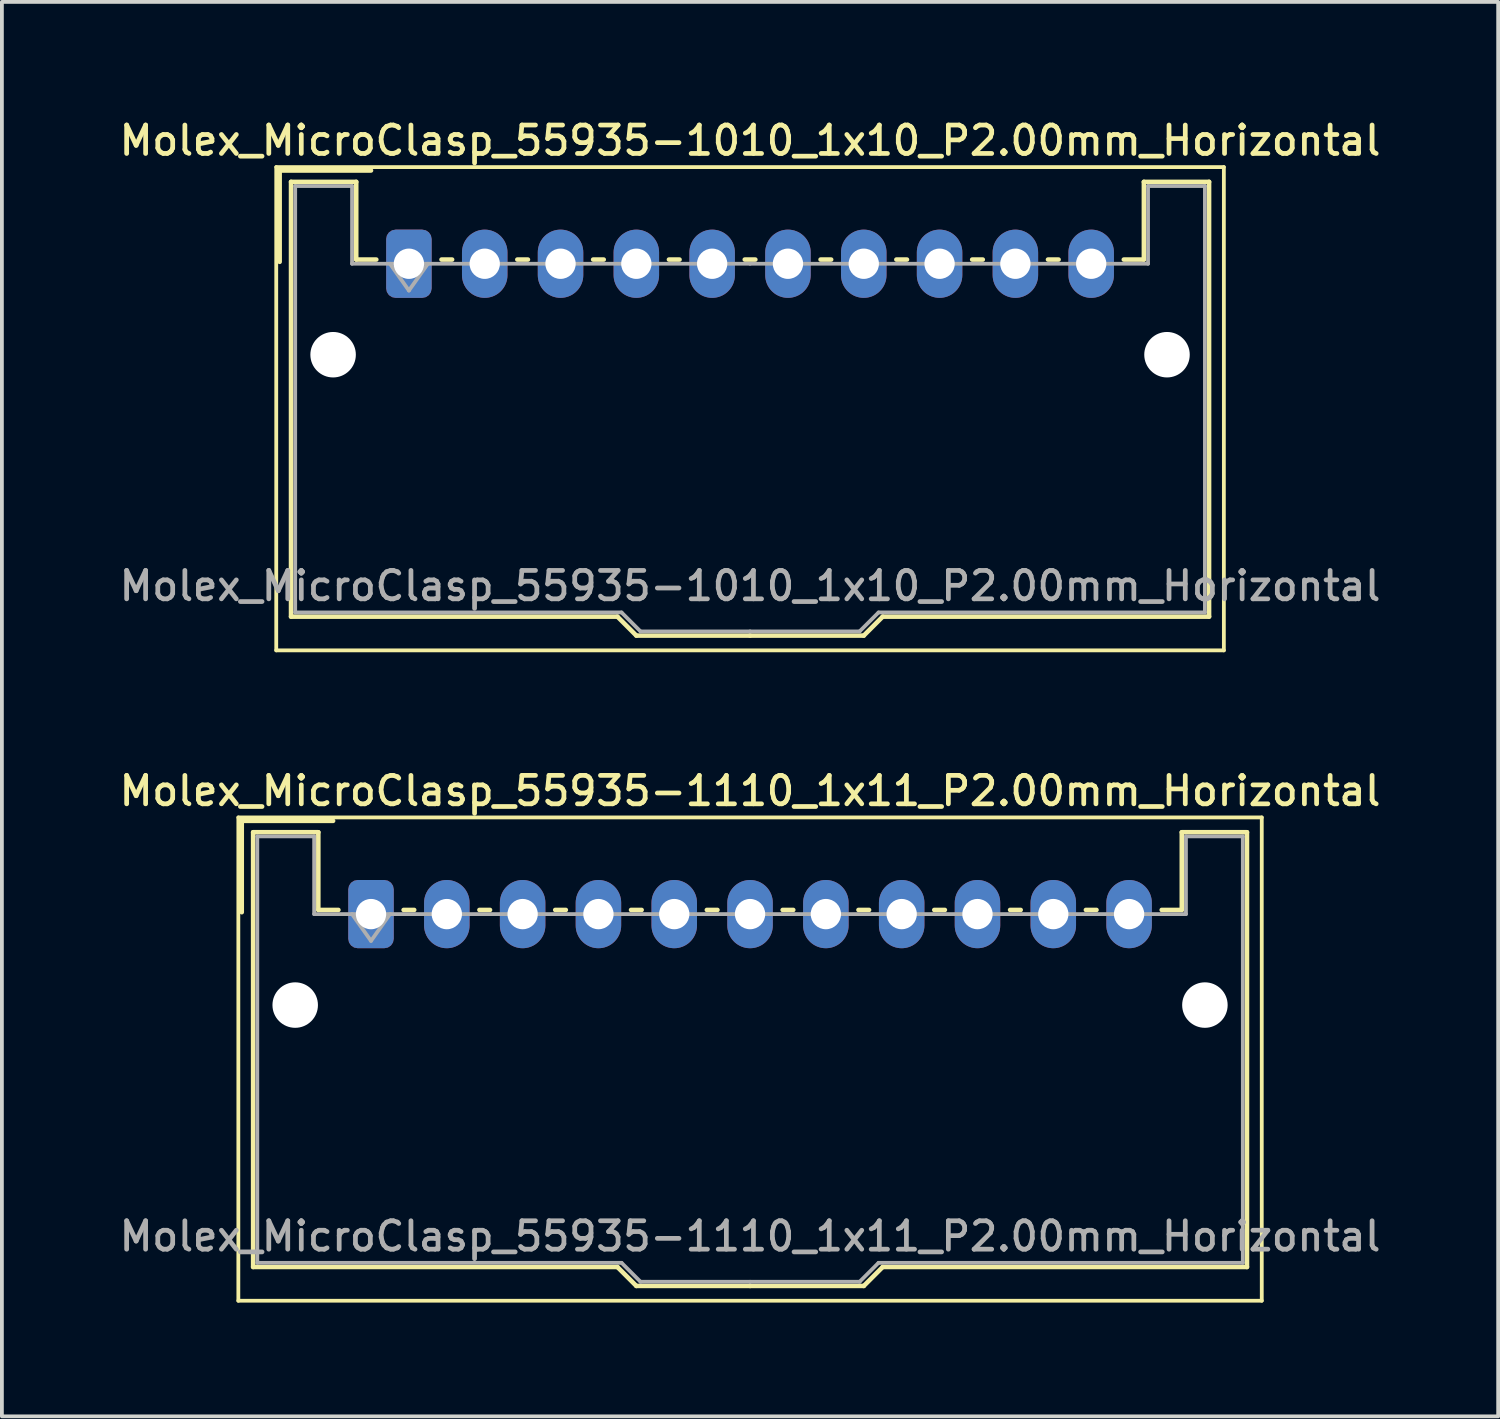
<source format=kicad_pcb>
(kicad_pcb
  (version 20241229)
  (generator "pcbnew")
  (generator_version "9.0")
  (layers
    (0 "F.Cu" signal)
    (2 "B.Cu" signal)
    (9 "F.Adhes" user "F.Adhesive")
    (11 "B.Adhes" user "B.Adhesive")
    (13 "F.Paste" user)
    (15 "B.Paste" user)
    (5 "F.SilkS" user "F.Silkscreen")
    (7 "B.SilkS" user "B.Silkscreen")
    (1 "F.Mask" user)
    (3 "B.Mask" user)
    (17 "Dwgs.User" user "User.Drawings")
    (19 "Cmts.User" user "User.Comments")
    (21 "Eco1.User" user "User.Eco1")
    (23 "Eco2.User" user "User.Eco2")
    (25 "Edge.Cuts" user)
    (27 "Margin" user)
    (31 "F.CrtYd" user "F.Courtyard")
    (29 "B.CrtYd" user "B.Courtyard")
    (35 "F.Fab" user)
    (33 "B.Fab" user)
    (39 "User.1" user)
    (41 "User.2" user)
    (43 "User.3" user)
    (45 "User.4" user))
  (footprint "Molex_MicroClasp_55935-1010_1x10_P2.00mm_Horizontal"
    (layer "F.Cu")
    (at 7.738 3.908)
    (property "Reference" "Molex_MicroClasp_55935-1010_1x10_P2.00mm_Horizontal" (at 9 -3.25 0) (layer "F.SilkS") (effects (font (size 0.75 0.75) (thickness 0.125))))
    (attr through_hole)
    (fp_line (start -3.5 -2.55) (end -3.5 10.2) (stroke (width 0.1) (type solid)) (layer "F.SilkS"))
    (fp_line (start -3.5 10.2) (end 21.5 10.2) (stroke (width 0.1) (type solid)) (layer "F.SilkS"))
    (fp_line (start -3.41 -2.46) (end -1 -2.46) (stroke (width 0.12) (type solid)) (layer "F.SilkS"))
    (fp_line (start -3.41 -0.05) (end -3.41 -2.46) (stroke (width 0.12) (type solid)) (layer "F.SilkS"))
    (fp_line (start -3.11 -2.16) (end -1.39 -2.16) (stroke (width 0.12) (type solid)) (layer "F.SilkS"))
    (fp_line (start -3.11 9.31) (end -3.11 -2.16) (stroke (width 0.12) (type solid)) (layer "F.SilkS"))
    (fp_line (start -1.39 -2.16) (end -1.39 -0.11) (stroke (width 0.12) (type solid)) (layer "F.SilkS"))
    (fp_line (start -1.39 -0.11) (end -0.86 -0.11) (stroke (width 0.12) (type solid)) (layer "F.SilkS"))
    (fp_line (start 0.86 -0.11) (end 1.14 -0.11) (stroke (width 0.12) (type solid)) (layer "F.SilkS"))
    (fp_line (start 2.86 -0.11) (end 3.14 -0.11) (stroke (width 0.12) (type solid)) (layer "F.SilkS"))
    (fp_line (start 4.86 -0.11) (end 5.14 -0.11) (stroke (width 0.12) (type solid)) (layer "F.SilkS"))
    (fp_line (start 5.5 9.31) (end -3.11 9.31) (stroke (width 0.12) (type solid)) (layer "F.SilkS"))
    (fp_line (start 6 9.81) (end 5.5 9.31) (stroke (width 0.12) (type solid)) (layer "F.SilkS"))
    (fp_line (start 6.86 -0.11) (end 7.14 -0.11) (stroke (width 0.12) (type solid)) (layer "F.SilkS"))
    (fp_line (start 8.86 -0.11) (end 9.14 -0.11) (stroke (width 0.12) (type solid)) (layer "F.SilkS"))
    (fp_line (start 9 9.81) (end 6 9.81) (stroke (width 0.12) (type solid)) (layer "F.SilkS"))
    (fp_line (start 9 9.81) (end 12 9.81) (stroke (width 0.12) (type solid)) (layer "F.SilkS"))
    (fp_line (start 10.86 -0.11) (end 11.14 -0.11) (stroke (width 0.12) (type solid)) (layer "F.SilkS"))
    (fp_line (start 12 9.81) (end 12.5 9.31) (stroke (width 0.12) (type solid)) (layer "F.SilkS"))
    (fp_line (start 12.5 9.31) (end 21.11 9.31) (stroke (width 0.12) (type solid)) (layer "F.SilkS"))
    (fp_line (start 12.86 -0.11) (end 13.14 -0.11) (stroke (width 0.12) (type solid)) (layer "F.SilkS"))
    (fp_line (start 14.86 -0.11) (end 15.14 -0.11) (stroke (width 0.12) (type solid)) (layer "F.SilkS"))
    (fp_line (start 16.86 -0.11) (end 17.14 -0.11) (stroke (width 0.12) (type solid)) (layer "F.SilkS"))
    (fp_line (start 19.39 -2.16) (end 19.39 -0.11) (stroke (width 0.12) (type solid)) (layer "F.SilkS"))
    (fp_line (start 19.39 -0.11) (end 18.86 -0.11) (stroke (width 0.12) (type solid)) (layer "F.SilkS"))
    (fp_line (start 21.11 -2.16) (end 19.39 -2.16) (stroke (width 0.12) (type solid)) (layer "F.SilkS"))
    (fp_line (start 21.11 9.31) (end 21.11 -2.16) (stroke (width 0.12) (type solid)) (layer "F.SilkS"))
    (fp_line (start 21.5 -2.55) (end -3.5 -2.55) (stroke (width 0.1) (type solid)) (layer "F.SilkS"))
    (fp_line (start 21.5 10.2) (end 21.5 -2.55) (stroke (width 0.1) (type solid)) (layer "F.SilkS"))
    (fp_line (start -3 -2.05) (end -1.5 -2.05) (stroke (width 0.1) (type solid)) (layer "F.Fab"))
    (fp_line (start -3 9.2) (end -3 -2.05) (stroke (width 0.1) (type solid)) (layer "F.Fab"))
    (fp_line (start -1.5 -2.05) (end -1.5 0) (stroke (width 0.1) (type solid)) (layer "F.Fab"))
    (fp_line (start -1.5 0) (end 9 0) (stroke (width 0.1) (type solid)) (layer "F.Fab"))
    (fp_line (start -0.5 0) (end 0 0.707) (stroke (width 0.1) (type solid)) (layer "F.Fab"))
    (fp_line (start 0 0.707) (end 0.5 0) (stroke (width 0.1) (type solid)) (layer "F.Fab"))
    (fp_line (start 5.61 9.2) (end -3 9.2) (stroke (width 0.1) (type solid)) (layer "F.Fab"))
    (fp_line (start 6.11 9.7) (end 5.61 9.2) (stroke (width 0.1) (type solid)) (layer "F.Fab"))
    (fp_line (start 9 9.7) (end 6.11 9.7) (stroke (width 0.1) (type solid)) (layer "F.Fab"))
    (fp_line (start 9 9.7) (end 11.89 9.7) (stroke (width 0.1) (type solid)) (layer "F.Fab"))
    (fp_line (start 11.89 9.7) (end 12.39 9.2) (stroke (width 0.1) (type solid)) (layer "F.Fab"))
    (fp_line (start 12.39 9.2) (end 21 9.2) (stroke (width 0.1) (type solid)) (layer "F.Fab"))
    (fp_line (start 19.5 -2.05) (end 19.5 0) (stroke (width 0.1) (type solid)) (layer "F.Fab"))
    (fp_line (start 19.5 0) (end 9 0) (stroke (width 0.1) (type solid)) (layer "F.Fab"))
    (fp_line (start 21 -2.05) (end 19.5 -2.05) (stroke (width 0.1) (type solid)) (layer "F.Fab"))
    (fp_line (start 21 9.2) (end 21 -2.05) (stroke (width 0.1) (type solid)) (layer "F.Fab"))
    (fp_text user "${REFERENCE}" (at 9 8.5 0) (layer "F.Fab") (effects (font (size 0.75 0.75) (thickness 0.125))))
    (pad "" np_thru_hole circle (at -2 2.4) (size 1.2 1.2) (drill 1.2) (layers "*.Cu" "*.Mask"))
    (pad "" np_thru_hole circle (at 20 2.4) (size 1.2 1.2) (drill 1.2) (layers "*.Cu" "*.Mask"))
    (pad "1" thru_hole roundrect (at 0 0) (size 1.2 1.8) (drill 0.8) (layers "*.Cu" "*.Mask") (roundrect_rratio 0.208))
    (pad "2" thru_hole oval (at 2 0) (size 1.2 1.8) (drill 0.8) (layers "*.Cu" "*.Mask"))
    (pad "3" thru_hole oval (at 4 0) (size 1.2 1.8) (drill 0.8) (layers "*.Cu" "*.Mask"))
    (pad "4" thru_hole oval (at 6 0) (size 1.2 1.8) (drill 0.8) (layers "*.Cu" "*.Mask"))
    (pad "5" thru_hole oval (at 8 0) (size 1.2 1.8) (drill 0.8) (layers "*.Cu" "*.Mask"))
    (pad "6" thru_hole oval (at 10 0) (size 1.2 1.8) (drill 0.8) (layers "*.Cu" "*.Mask"))
    (pad "7" thru_hole oval (at 12 0) (size 1.2 1.8) (drill 0.8) (layers "*.Cu" "*.Mask"))
    (pad "8" thru_hole oval (at 14 0) (size 1.2 1.8) (drill 0.8) (layers "*.Cu" "*.Mask"))
    (pad "9" thru_hole oval (at 16 0) (size 1.2 1.8) (drill 0.8) (layers "*.Cu" "*.Mask"))
    (pad "10" thru_hole oval (at 18 0) (size 1.2 1.8) (drill 0.8) (layers "*.Cu" "*.Mask")))
  (footprint "Molex_MicroClasp_55935-1110_1x11_P2.00mm_Horizontal"
    (layer "F.Cu")
    (at 6.738 21.066)
    (property "Reference" "Molex_MicroClasp_55935-1110_1x11_P2.00mm_Horizontal" (at 10 -3.25 0) (layer "F.SilkS") (effects (font (size 0.75 0.75) (thickness 0.125))))
    (attr through_hole)
    (fp_line (start -3.5 -2.55) (end -3.5 10.2) (stroke (width 0.1) (type solid)) (layer "F.SilkS"))
    (fp_line (start -3.5 10.2) (end 23.5 10.2) (stroke (width 0.1) (type solid)) (layer "F.SilkS"))
    (fp_line (start -3.41 -2.46) (end -1 -2.46) (stroke (width 0.12) (type solid)) (layer "F.SilkS"))
    (fp_line (start -3.41 -0.05) (end -3.41 -2.46) (stroke (width 0.12) (type solid)) (layer "F.SilkS"))
    (fp_line (start -3.11 -2.16) (end -1.39 -2.16) (stroke (width 0.12) (type solid)) (layer "F.SilkS"))
    (fp_line (start -3.11 9.31) (end -3.11 -2.16) (stroke (width 0.12) (type solid)) (layer "F.SilkS"))
    (fp_line (start -1.39 -2.16) (end -1.39 -0.11) (stroke (width 0.12) (type solid)) (layer "F.SilkS"))
    (fp_line (start -1.39 -0.11) (end -0.86 -0.11) (stroke (width 0.12) (type solid)) (layer "F.SilkS"))
    (fp_line (start 0.86 -0.11) (end 1.14 -0.11) (stroke (width 0.12) (type solid)) (layer "F.SilkS"))
    (fp_line (start 2.86 -0.11) (end 3.14 -0.11) (stroke (width 0.12) (type solid)) (layer "F.SilkS"))
    (fp_line (start 4.86 -0.11) (end 5.14 -0.11) (stroke (width 0.12) (type solid)) (layer "F.SilkS"))
    (fp_line (start 6.5 9.31) (end -3.11 9.31) (stroke (width 0.12) (type solid)) (layer "F.SilkS"))
    (fp_line (start 6.86 -0.11) (end 7.14 -0.11) (stroke (width 0.12) (type solid)) (layer "F.SilkS"))
    (fp_line (start 7 9.81) (end 6.5 9.31) (stroke (width 0.12) (type solid)) (layer "F.SilkS"))
    (fp_line (start 8.86 -0.11) (end 9.14 -0.11) (stroke (width 0.12) (type solid)) (layer "F.SilkS"))
    (fp_line (start 10 9.81) (end 7 9.81) (stroke (width 0.12) (type solid)) (layer "F.SilkS"))
    (fp_line (start 10 9.81) (end 13 9.81) (stroke (width 0.12) (type solid)) (layer "F.SilkS"))
    (fp_line (start 10.86 -0.11) (end 11.14 -0.11) (stroke (width 0.12) (type solid)) (layer "F.SilkS"))
    (fp_line (start 12.86 -0.11) (end 13.14 -0.11) (stroke (width 0.12) (type solid)) (layer "F.SilkS"))
    (fp_line (start 13 9.81) (end 13.5 9.31) (stroke (width 0.12) (type solid)) (layer "F.SilkS"))
    (fp_line (start 13.5 9.31) (end 23.11 9.31) (stroke (width 0.12) (type solid)) (layer "F.SilkS"))
    (fp_line (start 14.86 -0.11) (end 15.14 -0.11) (stroke (width 0.12) (type solid)) (layer "F.SilkS"))
    (fp_line (start 16.86 -0.11) (end 17.14 -0.11) (stroke (width 0.12) (type solid)) (layer "F.SilkS"))
    (fp_line (start 18.86 -0.11) (end 19.14 -0.11) (stroke (width 0.12) (type solid)) (layer "F.SilkS"))
    (fp_line (start 21.39 -2.16) (end 21.39 -0.11) (stroke (width 0.12) (type solid)) (layer "F.SilkS"))
    (fp_line (start 21.39 -0.11) (end 20.86 -0.11) (stroke (width 0.12) (type solid)) (layer "F.SilkS"))
    (fp_line (start 23.11 -2.16) (end 21.39 -2.16) (stroke (width 0.12) (type solid)) (layer "F.SilkS"))
    (fp_line (start 23.11 9.31) (end 23.11 -2.16) (stroke (width 0.12) (type solid)) (layer "F.SilkS"))
    (fp_line (start 23.5 -2.55) (end -3.5 -2.55) (stroke (width 0.1) (type solid)) (layer "F.SilkS"))
    (fp_line (start 23.5 10.2) (end 23.5 -2.55) (stroke (width 0.1) (type solid)) (layer "F.SilkS"))
    (fp_line (start -3 -2.05) (end -1.5 -2.05) (stroke (width 0.1) (type solid)) (layer "F.Fab"))
    (fp_line (start -3 9.2) (end -3 -2.05) (stroke (width 0.1) (type solid)) (layer "F.Fab"))
    (fp_line (start -1.5 -2.05) (end -1.5 0) (stroke (width 0.1) (type solid)) (layer "F.Fab"))
    (fp_line (start -1.5 0) (end 10 0) (stroke (width 0.1) (type solid)) (layer "F.Fab"))
    (fp_line (start -0.5 0) (end 0 0.707) (stroke (width 0.1) (type solid)) (layer "F.Fab"))
    (fp_line (start 0 0.707) (end 0.5 0) (stroke (width 0.1) (type solid)) (layer "F.Fab"))
    (fp_line (start 6.61 9.2) (end -3 9.2) (stroke (width 0.1) (type solid)) (layer "F.Fab"))
    (fp_line (start 7.11 9.7) (end 6.61 9.2) (stroke (width 0.1) (type solid)) (layer "F.Fab"))
    (fp_line (start 10 9.7) (end 7.11 9.7) (stroke (width 0.1) (type solid)) (layer "F.Fab"))
    (fp_line (start 10 9.7) (end 12.89 9.7) (stroke (width 0.1) (type solid)) (layer "F.Fab"))
    (fp_line (start 12.89 9.7) (end 13.39 9.2) (stroke (width 0.1) (type solid)) (layer "F.Fab"))
    (fp_line (start 13.39 9.2) (end 23 9.2) (stroke (width 0.1) (type solid)) (layer "F.Fab"))
    (fp_line (start 21.5 -2.05) (end 21.5 0) (stroke (width 0.1) (type solid)) (layer "F.Fab"))
    (fp_line (start 21.5 0) (end 10 0) (stroke (width 0.1) (type solid)) (layer "F.Fab"))
    (fp_line (start 23 -2.05) (end 21.5 -2.05) (stroke (width 0.1) (type solid)) (layer "F.Fab"))
    (fp_line (start 23 9.2) (end 23 -2.05) (stroke (width 0.1) (type solid)) (layer "F.Fab"))
    (fp_text user "${REFERENCE}" (at 10 8.5 0) (layer "F.Fab") (effects (font (size 0.75 0.75) (thickness 0.125))))
    (pad "" np_thru_hole circle (at -2 2.4) (size 1.2 1.2) (drill 1.2) (layers "*.Cu" "*.Mask"))
    (pad "" np_thru_hole circle (at 22 2.4) (size 1.2 1.2) (drill 1.2) (layers "*.Cu" "*.Mask"))
    (pad "1" thru_hole roundrect (at 0 0) (size 1.2 1.8) (drill 0.8) (layers "*.Cu" "*.Mask") (roundrect_rratio 0.208))
    (pad "2" thru_hole oval (at 2 0) (size 1.2 1.8) (drill 0.8) (layers "*.Cu" "*.Mask"))
    (pad "3" thru_hole oval (at 4 0) (size 1.2 1.8) (drill 0.8) (layers "*.Cu" "*.Mask"))
    (pad "4" thru_hole oval (at 6 0) (size 1.2 1.8) (drill 0.8) (layers "*.Cu" "*.Mask"))
    (pad "5" thru_hole oval (at 8 0) (size 1.2 1.8) (drill 0.8) (layers "*.Cu" "*.Mask"))
    (pad "6" thru_hole oval (at 10 0) (size 1.2 1.8) (drill 0.8) (layers "*.Cu" "*.Mask"))
    (pad "7" thru_hole oval (at 12 0) (size 1.2 1.8) (drill 0.8) (layers "*.Cu" "*.Mask"))
    (pad "8" thru_hole oval (at 14 0) (size 1.2 1.8) (drill 0.8) (layers "*.Cu" "*.Mask"))
    (pad "9" thru_hole oval (at 16 0) (size 1.2 1.8) (drill 0.8) (layers "*.Cu" "*.Mask"))
    (pad "10" thru_hole oval (at 18 0) (size 1.2 1.8) (drill 0.8) (layers "*.Cu" "*.Mask"))
    (pad "11" thru_hole oval (at 20 0) (size 1.2 1.8) (drill 0.8) (layers "*.Cu" "*.Mask")))
  (gr_rect
    (start -3 -3)
    (end 36.475 34.316)
    (stroke (width 0.1) (type default))
    (fill no)
    (layer "Edge.Cuts")))
</source>
